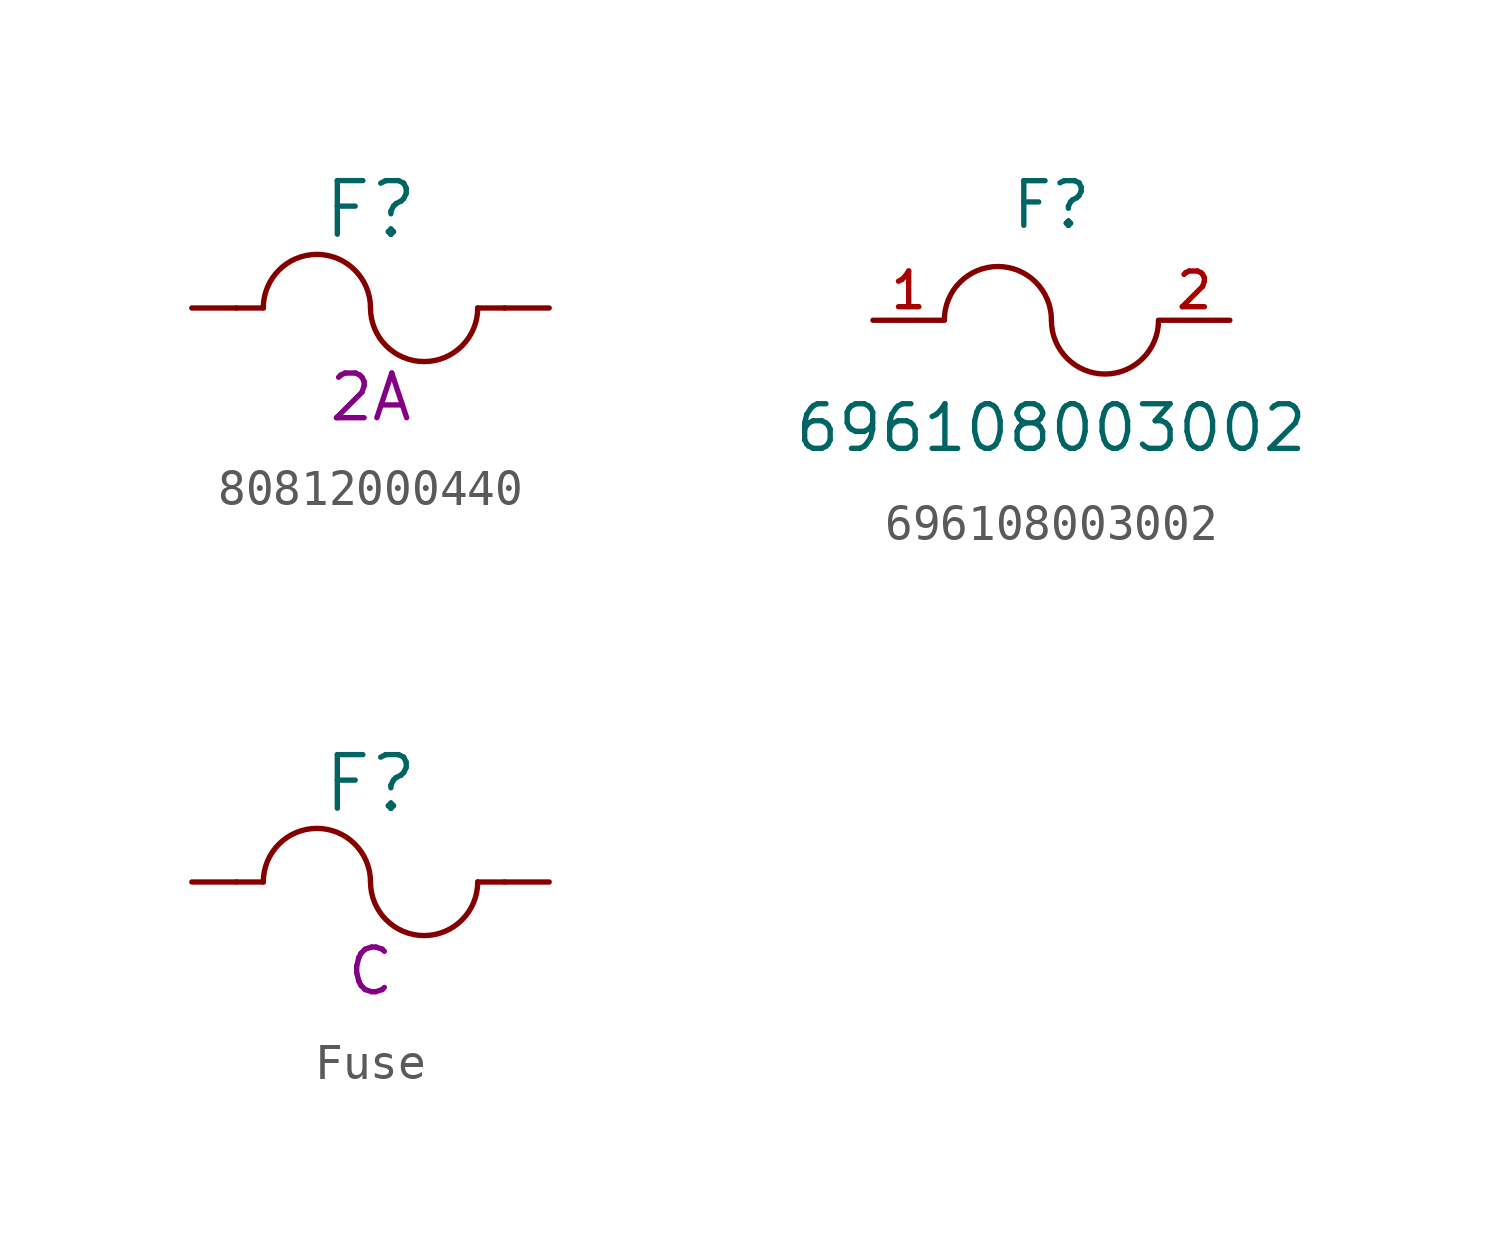
<source format=kicad_sym>
(kicad_symbol_lib
  (version 20241209)
  (generator "kicad_symbol_editor")
  (generator_version "9.0")
  (symbol "80812000440"
    (pin_numbers
      (hide yes))
    (pin_names
      (offset 0)
      (hide yes))
    (property "Reference" "F"
      (at 0 2.794 0)
      (effects (font (size 1.524 1.524))))
    (property "Current Rating (A)" "2A"
      (at 0 -2.54 0)
      (effects (font (size 1.27 1.27))))
    (symbol "80812000440_0_1"
      (rectangle (start -3.81 0) (end -3.048 0) (stroke (width 0) (type default)) (fill (type background)))
      (arc (start 3.048 0) (mid 1.524 -1.5174) (end 0 0) (stroke (width 0) (type default)) (fill (type none)))
      (rectangle (start 3.048 0) (end 3.81 0) (stroke (width 0) (type default)) (fill (type background))))
    (symbol "80812000440_1_1"
      (arc (start -3.048 0) (mid -1.524 1.5174) (end 0 0) (stroke (width 0) (type default)) (fill (type none)))
      (pin passive line (at -5.08 0 0) (length 1.27) (name "1" (effects (font (size 1.27 1.27)))) (number "1" (effects (font (size 1.27 1.27)))))
      (pin passive line (at 5.08 0 180) (length 1.27) (name "2" (effects (font (size 1.27 1.27)))) (number "2" (effects (font (size 1.27 1.27)))))))
  (symbol "696108003002"
    (pin_names
      (offset 1.016))
    (property "Reference" "F"
      (at 0 2.54 0)
      (effects (font (size 1.27 1.27)) (justify bottom)))
    (property "Value" "696108003002"
      (at -7.366 -3.81 0)
      (effects (font (size 1.27 1.27)) (justify left bottom)))
    (symbol "696108003002_1_0"
      (pin passive line (at -5.08 0 0) (length 2.032) (name "~" (effects (font (size 1.016 1.016)))) (number "1" (effects (font (size 1.016 1.016)))))
      (pin passive line (at 5.08 0 180) (length 2.032) (name "~" (effects (font (size 1.016 1.016)))) (number "2" (effects (font (size 1.016 1.016))))))
    (symbol "696108003002_1_1"
      (arc (start -3.048 0.0066) (mid -1.524 1.524) (end 0 0.0066) (stroke (width 0) (type default)) (fill (type none)))
      (arc (start 3.048 -0.0066) (mid 1.524 -1.524) (end 0 -0.0066) (stroke (width 0) (type default)) (fill (type none)))))
  (symbol "Fuse"
    (pin_numbers
      (hide yes))
    (pin_names
      (offset 0)
      (hide yes))
    (property "Reference" "F"
      (at 0 2.794 0)
      (effects (font (size 1.524 1.524))))
    (property "Current Rating (A)" "C"
      (at 0 -2.54 0)
      (effects (font (size 1.27 1.27))))
    (symbol "Fuse_0_1"
      (rectangle (start -3.81 0) (end -3.048 0) (stroke (width 0) (type default)) (fill (type background)))
      (arc (start 3.048 0) (mid 1.524 -1.5174) (end 0 0) (stroke (width 0) (type default)) (fill (type none)))
      (rectangle (start 3.048 0) (end 3.81 0) (stroke (width 0) (type default)) (fill (type background))))
    (symbol "Fuse_1_1"
      (arc (start -3.048 0) (mid -1.524 1.5174) (end 0 0) (stroke (width 0) (type default)) (fill (type none)))
      (pin passive line (at -5.08 0 0) (length 1.27) (name "1" (effects (font (size 1.27 1.27)))) (number "1" (effects (font (size 1.27 1.27)))))
      (pin passive line (at 5.08 0 180) (length 1.27) (name "2" (effects (font (size 1.27 1.27)))) (number "2" (effects (font (size 1.27 1.27))))))))
</source>
